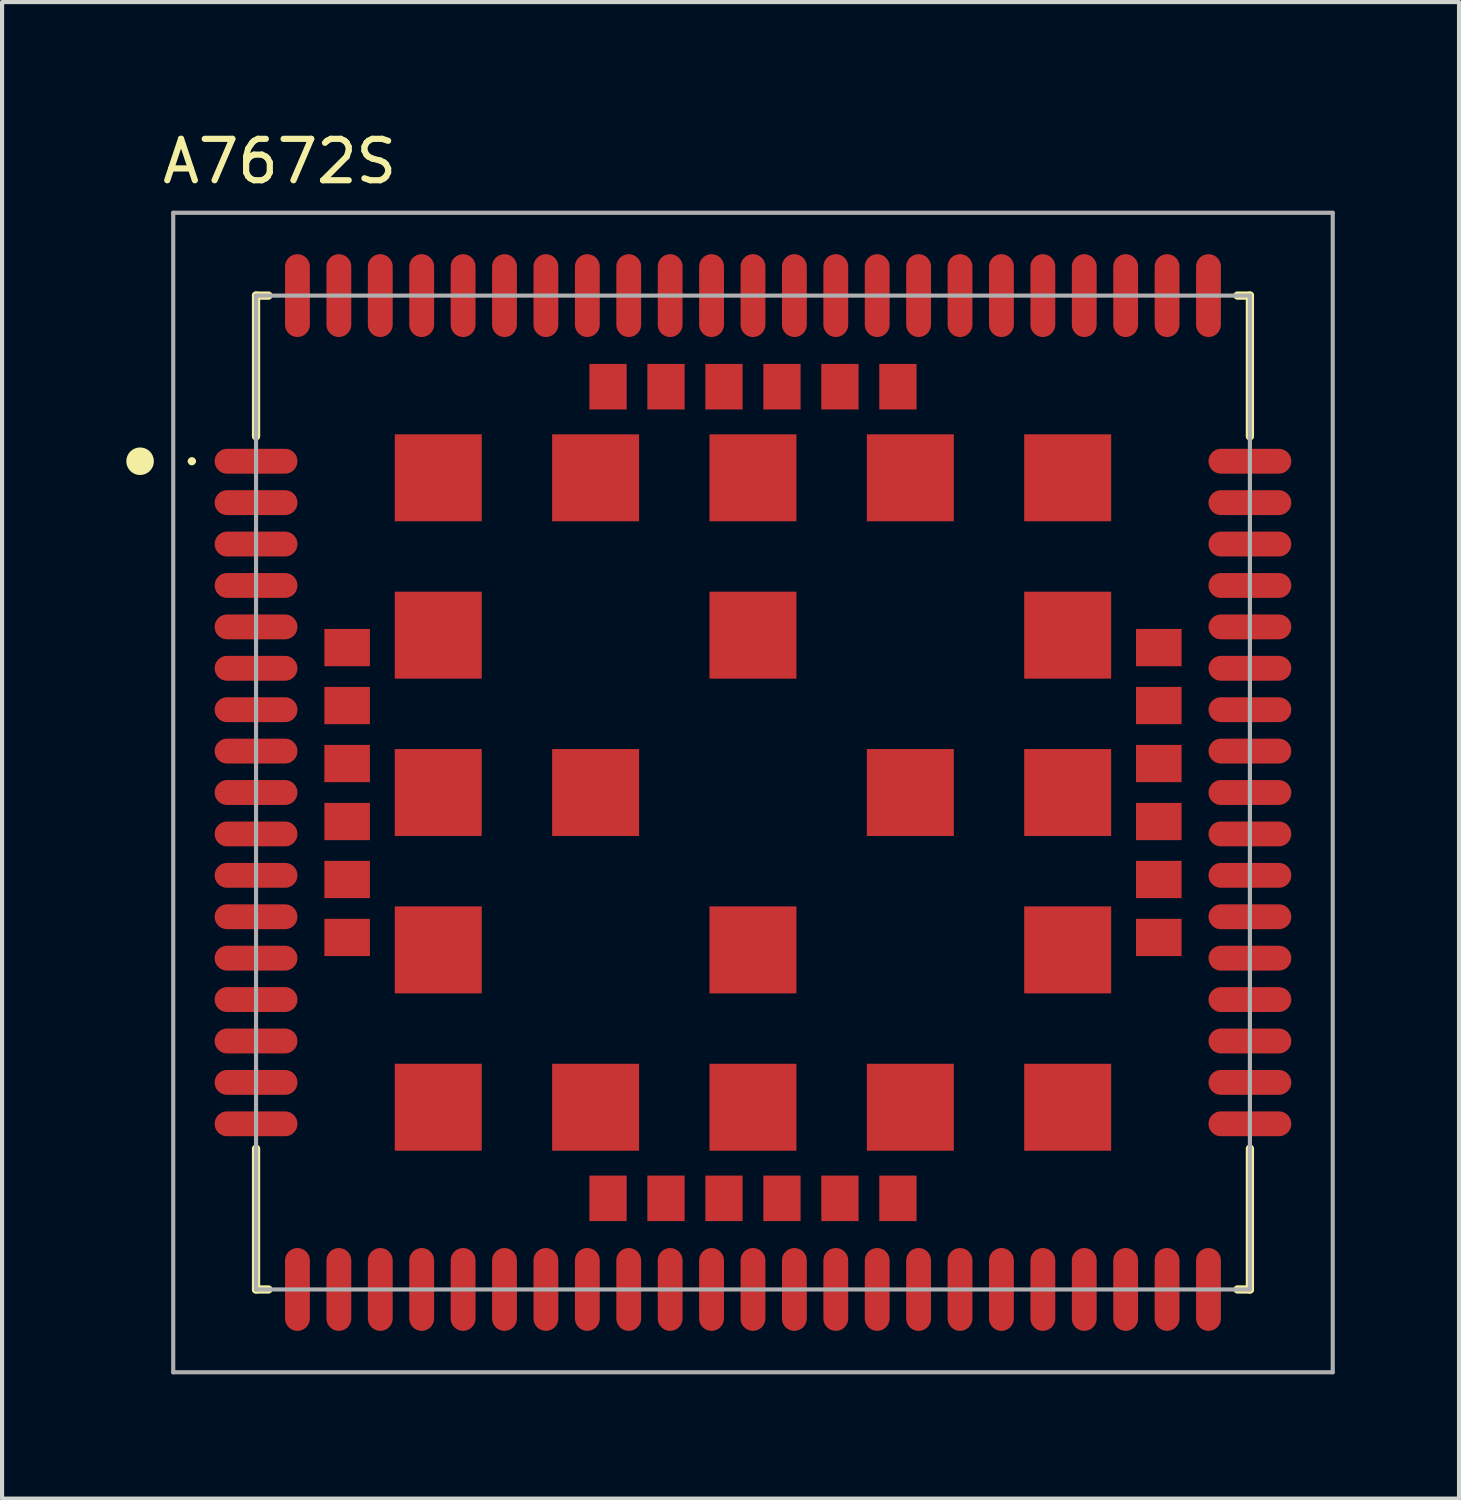
<source format=kicad_pcb>
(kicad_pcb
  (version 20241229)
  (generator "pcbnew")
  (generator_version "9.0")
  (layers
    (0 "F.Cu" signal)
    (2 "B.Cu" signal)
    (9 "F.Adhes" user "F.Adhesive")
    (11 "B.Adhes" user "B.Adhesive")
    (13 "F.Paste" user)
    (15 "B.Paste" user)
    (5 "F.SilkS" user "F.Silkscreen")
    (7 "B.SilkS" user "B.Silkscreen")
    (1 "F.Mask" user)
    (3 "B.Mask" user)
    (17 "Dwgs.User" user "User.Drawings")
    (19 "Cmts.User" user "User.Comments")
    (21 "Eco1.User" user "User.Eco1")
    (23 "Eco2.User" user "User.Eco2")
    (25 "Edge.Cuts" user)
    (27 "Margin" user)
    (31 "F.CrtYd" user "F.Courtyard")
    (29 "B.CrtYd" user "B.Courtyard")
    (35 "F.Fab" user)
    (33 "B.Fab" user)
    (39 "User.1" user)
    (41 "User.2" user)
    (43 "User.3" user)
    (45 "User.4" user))
  (footprint "A7672S"
    (layer "F.Cu")
    (at 15.133 16.088)
    (property "Reference" "A7672S" (at -11.43 -15.24 0) (layer "F.SilkS") (effects (font (size 1 1) (thickness 0.15))))
    (attr smd)
    (fp_line (start -12 -12) (end -11.7 -12) (stroke (width 0.2) (type solid)) (layer "F.SilkS"))
    (fp_line (start -12 -8.6) (end -12 -12) (stroke (width 0.2) (type solid)) (layer "F.SilkS"))
    (fp_line (start -12 12) (end -12 8.6) (stroke (width 0.2) (type solid)) (layer "F.SilkS"))
    (fp_line (start -11.7 12) (end -12 12) (stroke (width 0.2) (type solid)) (layer "F.SilkS"))
    (fp_line (start 11.7 -12) (end 12 -12) (stroke (width 0.2) (type solid)) (layer "F.SilkS"))
    (fp_line (start 12 -12) (end 12 -8.6) (stroke (width 0.2) (type solid)) (layer "F.SilkS"))
    (fp_line (start 12 8.6) (end 12 12) (stroke (width 0.2) (type solid)) (layer "F.SilkS"))
    (fp_line (start 12 12) (end 11.7 12) (stroke (width 0.2) (type solid)) (layer "F.SilkS"))
    (fp_arc (start -13.6 -8) (mid -13.55 -8.05) (end -13.5 -8) (stroke (width 0.1) (type solid)) (layer "F.SilkS"))
    (fp_arc (start -13.5 -8) (mid -13.55 -7.95) (end -13.6 -8) (stroke (width 0.1) (type solid)) (layer "F.SilkS"))
    (fp_circle (center -14.8 -8) (end -14.517 -8) (stroke (width 0.1) (type solid)) (fill yes) (layer "F.SilkS"))
    (fp_line (start -14 -14) (end 14 -14) (stroke (width 0.1) (type solid)) (layer "F.Fab"))
    (fp_line (start -14 14) (end -14 -14) (stroke (width 0.1) (type solid)) (layer "F.Fab"))
    (fp_line (start -12 -12) (end -12 12) (stroke (width 0.1) (type solid)) (layer "F.Fab"))
    (fp_line (start -12 12) (end 12 12) (stroke (width 0.1) (type solid)) (layer "F.Fab"))
    (fp_line (start 12 -12) (end -12 -12) (stroke (width 0.1) (type solid)) (layer "F.Fab"))
    (fp_line (start 12 12) (end 12 -12) (stroke (width 0.1) (type solid)) (layer "F.Fab"))
    (fp_line (start 14 -14) (end 14 14) (stroke (width 0.1) (type solid)) (layer "F.Fab"))
    (fp_line (start 14 14) (end -14 14) (stroke (width 0.1) (type solid)) (layer "F.Fab"))
    (pad "1" smd oval (at -12 -8) (size 2 0.6) (layers "F.Cu" "F.Mask" "F.Paste"))
    (pad "2" smd oval (at -12 -7) (size 2 0.6) (layers "F.Cu" "F.Mask" "F.Paste"))
    (pad "3" smd oval (at -12 -6) (size 2 0.6) (layers "F.Cu" "F.Mask" "F.Paste"))
    (pad "4" smd oval (at -12 -5) (size 2 0.6) (layers "F.Cu" "F.Mask" "F.Paste"))
    (pad "5" smd oval (at -12 -4) (size 2 0.6) (layers "F.Cu" "F.Mask" "F.Paste"))
    (pad "6" smd oval (at -12 -3) (size 2 0.6) (layers "F.Cu" "F.Mask" "F.Paste"))
    (pad "7" smd oval (at -12 -2) (size 2 0.6) (layers "F.Cu" "F.Mask" "F.Paste"))
    (pad "8" smd oval (at -12 -1) (size 2 0.6) (layers "F.Cu" "F.Mask" "F.Paste"))
    (pad "9" smd oval (at -12 0) (size 2 0.6) (layers "F.Cu" "F.Mask" "F.Paste"))
    (pad "10" smd oval (at -12 1) (size 2 0.6) (layers "F.Cu" "F.Mask" "F.Paste"))
    (pad "11" smd oval (at -12 2) (size 2 0.6) (layers "F.Cu" "F.Mask" "F.Paste"))
    (pad "12" smd oval (at -12 3) (size 2 0.6) (layers "F.Cu" "F.Mask" "F.Paste"))
    (pad "13" smd oval (at -12 4) (size 2 0.6) (layers "F.Cu" "F.Mask" "F.Paste"))
    (pad "14" smd oval (at -12 5) (size 2 0.6) (layers "F.Cu" "F.Mask" "F.Paste"))
    (pad "15" smd oval (at -12 6) (size 2 0.6) (layers "F.Cu" "F.Mask" "F.Paste"))
    (pad "16" smd oval (at -12 7) (size 2 0.6) (layers "F.Cu" "F.Mask" "F.Paste"))
    (pad "17" smd oval (at -12 8) (size 2 0.6) (layers "F.Cu" "F.Mask" "F.Paste"))
    (pad "18" smd oval (at -8 12 90) (size 2 0.6) (layers "F.Cu" "F.Mask" "F.Paste"))
    (pad "19" smd oval (at -7 12 90) (size 2 0.6) (layers "F.Cu" "F.Mask" "F.Paste"))
    (pad "20" smd oval (at -6 12 90) (size 2 0.6) (layers "F.Cu" "F.Mask" "F.Paste"))
    (pad "21" smd oval (at -5 12 90) (size 2 0.6) (layers "F.Cu" "F.Mask" "F.Paste"))
    (pad "22" smd oval (at -4 12 90) (size 2 0.6) (layers "F.Cu" "F.Mask" "F.Paste"))
    (pad "23" smd oval (at -3 12 90) (size 2 0.6) (layers "F.Cu" "F.Mask" "F.Paste"))
    (pad "24" smd oval (at -2 12 90) (size 2 0.6) (layers "F.Cu" "F.Mask" "F.Paste"))
    (pad "25" smd oval (at -1 12 90) (size 2 0.6) (layers "F.Cu" "F.Mask" "F.Paste"))
    (pad "26" smd oval (at 0 12 90) (size 2 0.6) (layers "F.Cu" "F.Mask" "F.Paste"))
    (pad "27" smd oval (at 1 12 90) (size 2 0.6) (layers "F.Cu" "F.Mask" "F.Paste"))
    (pad "28" smd oval (at 2 12 90) (size 2 0.6) (layers "F.Cu" "F.Mask" "F.Paste"))
    (pad "29" smd oval (at 3 12 90) (size 2 0.6) (layers "F.Cu" "F.Mask" "F.Paste"))
    (pad "30" smd oval (at 4 12 90) (size 2 0.6) (layers "F.Cu" "F.Mask" "F.Paste"))
    (pad "31" smd oval (at 5 12 90) (size 2 0.6) (layers "F.Cu" "F.Mask" "F.Paste"))
    (pad "32" smd oval (at 6 12 90) (size 2 0.6) (layers "F.Cu" "F.Mask" "F.Paste"))
    (pad "33" smd oval (at 7 12 90) (size 2 0.6) (layers "F.Cu" "F.Mask" "F.Paste"))
    (pad "34" smd oval (at 8 12 90) (size 2 0.6) (layers "F.Cu" "F.Mask" "F.Paste"))
    (pad "35" smd oval (at 12 8) (size 2 0.6) (layers "F.Cu" "F.Mask" "F.Paste"))
    (pad "36" smd oval (at 12 7) (size 2 0.6) (layers "F.Cu" "F.Mask" "F.Paste"))
    (pad "37" smd oval (at 12 6) (size 2 0.6) (layers "F.Cu" "F.Mask" "F.Paste"))
    (pad "38" smd oval (at 12 5) (size 2 0.6) (layers "F.Cu" "F.Mask" "F.Paste"))
    (pad "39" smd oval (at 12 4) (size 2 0.6) (layers "F.Cu" "F.Mask" "F.Paste"))
    (pad "40" smd oval (at 12 3) (size 2 0.6) (layers "F.Cu" "F.Mask" "F.Paste"))
    (pad "41" smd oval (at 12 2) (size 2 0.6) (layers "F.Cu" "F.Mask" "F.Paste"))
    (pad "42" smd oval (at 12 1) (size 2 0.6) (layers "F.Cu" "F.Mask" "F.Paste"))
    (pad "43" smd oval (at 12 0) (size 2 0.6) (layers "F.Cu" "F.Mask" "F.Paste"))
    (pad "44" smd oval (at 12 -1) (size 2 0.6) (layers "F.Cu" "F.Mask" "F.Paste"))
    (pad "45" smd oval (at 12 -2) (size 2 0.6) (layers "F.Cu" "F.Mask" "F.Paste"))
    (pad "46" smd oval (at 12 -3) (size 2 0.6) (layers "F.Cu" "F.Mask" "F.Paste"))
    (pad "47" smd oval (at 12 -4) (size 2 0.6) (layers "F.Cu" "F.Mask" "F.Paste"))
    (pad "48" smd oval (at 12 -5) (size 2 0.6) (layers "F.Cu" "F.Mask" "F.Paste"))
    (pad "49" smd oval (at 12 -6) (size 2 0.6) (layers "F.Cu" "F.Mask" "F.Paste"))
    (pad "50" smd oval (at 12 -7) (size 2 0.6) (layers "F.Cu" "F.Mask" "F.Paste"))
    (pad "51" smd oval (at 12 -8) (size 2 0.6) (layers "F.Cu" "F.Mask" "F.Paste"))
    (pad "52" smd oval (at 8 -12 90) (size 2 0.6) (layers "F.Cu" "F.Mask" "F.Paste"))
    (pad "53" smd oval (at 7 -12 90) (size 2 0.6) (layers "F.Cu" "F.Mask" "F.Paste"))
    (pad "54" smd oval (at 6 -12 90) (size 2 0.6) (layers "F.Cu" "F.Mask" "F.Paste"))
    (pad "55" smd oval (at 5 -12 90) (size 2 0.6) (layers "F.Cu" "F.Mask" "F.Paste"))
    (pad "56" smd oval (at 4 -12 90) (size 2 0.6) (layers "F.Cu" "F.Mask" "F.Paste"))
    (pad "57" smd oval (at 3 -12 90) (size 2 0.6) (layers "F.Cu" "F.Mask" "F.Paste"))
    (pad "58" smd oval (at 2 -12 90) (size 2 0.6) (layers "F.Cu" "F.Mask" "F.Paste"))
    (pad "59" smd oval (at 1 -12 90) (size 2 0.6) (layers "F.Cu" "F.Mask" "F.Paste"))
    (pad "60" smd oval (at 0 -12 90) (size 2 0.6) (layers "F.Cu" "F.Mask" "F.Paste"))
    (pad "61" smd oval (at -1 -12 90) (size 2 0.6) (layers "F.Cu" "F.Mask" "F.Paste"))
    (pad "62" smd oval (at -2 -12 90) (size 2 0.6) (layers "F.Cu" "F.Mask" "F.Paste"))
    (pad "63" smd oval (at -3 -12 90) (size 2 0.6) (layers "F.Cu" "F.Mask" "F.Paste"))
    (pad "64" smd oval (at -4 -12 90) (size 2 0.6) (layers "F.Cu" "F.Mask" "F.Paste"))
    (pad "65" smd oval (at -5 -12 90) (size 2 0.6) (layers "F.Cu" "F.Mask" "F.Paste"))
    (pad "66" smd oval (at -6 -12 90) (size 2 0.6) (layers "F.Cu" "F.Mask" "F.Paste"))
    (pad "67" smd oval (at -7 -12 90) (size 2 0.6) (layers "F.Cu" "F.Mask" "F.Paste"))
    (pad "68" smd oval (at -8 -12 90) (size 2 0.6) (layers "F.Cu" "F.Mask" "F.Paste"))
    (pad "69" smd rect (at -7.6 -7.6) (size 2.1 2.1) (layers "F.Cu" "F.Mask" "F.Paste"))
    (pad "70" smd rect (at -7.6 -3.8) (size 2.1 2.1) (layers "F.Cu" "F.Mask" "F.Paste"))
    (pad "71" smd rect (at -7.6 0) (size 2.1 2.1) (layers "F.Cu" "F.Mask" "F.Paste"))
    (pad "72" smd rect (at -7.6 3.8) (size 2.1 2.1) (layers "F.Cu" "F.Mask" "F.Paste"))
    (pad "73" smd rect (at -7.6 7.6) (size 2.1 2.1) (layers "F.Cu" "F.Mask" "F.Paste"))
    (pad "74" smd rect (at -3.8 7.6) (size 2.1 2.1) (layers "F.Cu" "F.Mask" "F.Paste"))
    (pad "75" smd rect (at 0 7.6) (size 2.1 2.1) (layers "F.Cu" "F.Mask" "F.Paste"))
    (pad "76" smd rect (at 3.8 7.6) (size 2.1 2.1) (layers "F.Cu" "F.Mask" "F.Paste"))
    (pad "77" smd rect (at 7.6 7.6) (size 2.1 2.1) (layers "F.Cu" "F.Mask" "F.Paste"))
    (pad "78" smd rect (at 7.6 3.8) (size 2.1 2.1) (layers "F.Cu" "F.Mask" "F.Paste"))
    (pad "79" smd rect (at 7.6 0) (size 2.1 2.1) (layers "F.Cu" "F.Mask" "F.Paste"))
    (pad "80" smd rect (at 7.6 -3.8) (size 2.1 2.1) (layers "F.Cu" "F.Mask" "F.Paste"))
    (pad "81" smd rect (at 7.6 -7.6) (size 2.1 2.1) (layers "F.Cu" "F.Mask" "F.Paste"))
    (pad "82" smd rect (at 3.8 -7.6) (size 2.1 2.1) (layers "F.Cu" "F.Mask" "F.Paste"))
    (pad "83" smd rect (at 0 -7.6) (size 2.1 2.1) (layers "F.Cu" "F.Mask" "F.Paste"))
    (pad "84" smd rect (at -3.8 -7.6) (size 2.1 2.1) (layers "F.Cu" "F.Mask" "F.Paste"))
    (pad "85" smd rect (at -3.8 0) (size 2.1 2.1) (layers "F.Cu" "F.Mask" "F.Paste"))
    (pad "86" smd rect (at 0 3.8) (size 2.1 2.1) (layers "F.Cu" "F.Mask" "F.Paste"))
    (pad "87" smd rect (at 3.8 0) (size 2.1 2.1) (layers "F.Cu" "F.Mask" "F.Paste"))
    (pad "88" smd rect (at 0 -3.8) (size 2.1 2.1) (layers "F.Cu" "F.Mask" "F.Paste"))
    (pad "89" smd oval (at -11 12 90) (size 2 0.6) (layers "F.Cu" "F.Mask" "F.Paste"))
    (pad "90" smd oval (at -10 12 90) (size 2 0.6) (layers "F.Cu" "F.Mask" "F.Paste"))
    (pad "91" smd oval (at -9 12 90) (size 2 0.6) (layers "F.Cu" "F.Mask" "F.Paste"))
    (pad "92" smd oval (at 9 12 90) (size 2 0.6) (layers "F.Cu" "F.Mask" "F.Paste"))
    (pad "93" smd oval (at 10 12 90) (size 2 0.6) (layers "F.Cu" "F.Mask" "F.Paste"))
    (pad "94" smd oval (at 11 12 90) (size 2 0.6) (layers "F.Cu" "F.Mask" "F.Paste"))
    (pad "95" smd oval (at 11 -12 90) (size 2 0.6) (layers "F.Cu" "F.Mask" "F.Paste"))
    (pad "96" smd oval (at 10 -12 90) (size 2 0.6) (layers "F.Cu" "F.Mask" "F.Paste"))
    (pad "97" smd oval (at 9 -12 90) (size 2 0.6) (layers "F.Cu" "F.Mask" "F.Paste"))
    (pad "98" smd oval (at -9 -12 90) (size 2 0.6) (layers "F.Cu" "F.Mask" "F.Paste"))
    (pad "99" smd oval (at -10 -12 90) (size 2 0.6) (layers "F.Cu" "F.Mask" "F.Paste"))
    (pad "100" smd oval (at -11 -12 90) (size 2 0.6) (layers "F.Cu" "F.Mask" "F.Paste"))
    (pad "101" smd rect (at -9.8 -3.5) (size 1.1 0.9) (layers "F.Cu" "F.Mask" "F.Paste"))
    (pad "102" smd rect (at -9.8 -2.1) (size 1.1 0.9) (layers "F.Cu" "F.Mask" "F.Paste"))
    (pad "103" smd rect (at -9.8 -0.7) (size 1.1 0.9) (layers "F.Cu" "F.Mask" "F.Paste"))
    (pad "104" smd rect (at -9.8 0.7) (size 1.1 0.9) (layers "F.Cu" "F.Mask" "F.Paste"))
    (pad "105" smd rect (at -9.8 2.1) (size 1.1 0.9) (layers "F.Cu" "F.Mask" "F.Paste"))
    (pad "106" smd rect (at -9.8 3.5) (size 1.1 0.9) (layers "F.Cu" "F.Mask" "F.Paste"))
    (pad "107" smd rect (at -3.5 9.8 90) (size 1.1 0.9) (layers "F.Cu" "F.Mask" "F.Paste"))
    (pad "108" smd rect (at -2.1 9.8 90) (size 1.1 0.9) (layers "F.Cu" "F.Mask" "F.Paste"))
    (pad "109" smd rect (at -0.7 9.8 90) (size 1.1 0.9) (layers "F.Cu" "F.Mask" "F.Paste"))
    (pad "110" smd rect (at 0.7 9.8 90) (size 1.1 0.9) (layers "F.Cu" "F.Mask" "F.Paste"))
    (pad "111" smd rect (at 2.1 9.8 90) (size 1.1 0.9) (layers "F.Cu" "F.Mask" "F.Paste"))
    (pad "112" smd rect (at 3.5 9.8 90) (size 1.1 0.9) (layers "F.Cu" "F.Mask" "F.Paste"))
    (pad "113" smd rect (at 9.8 3.5) (size 1.1 0.9) (layers "F.Cu" "F.Mask" "F.Paste"))
    (pad "114" smd rect (at 9.8 2.1) (size 1.1 0.9) (layers "F.Cu" "F.Mask" "F.Paste"))
    (pad "115" smd rect (at 9.8 0.7) (size 1.1 0.9) (layers "F.Cu" "F.Mask" "F.Paste"))
    (pad "116" smd rect (at 9.8 -0.7) (size 1.1 0.9) (layers "F.Cu" "F.Mask" "F.Paste"))
    (pad "117" smd rect (at 9.8 -2.1) (size 1.1 0.9) (layers "F.Cu" "F.Mask" "F.Paste"))
    (pad "118" smd rect (at 9.8 -3.5) (size 1.1 0.9) (layers "F.Cu" "F.Mask" "F.Paste"))
    (pad "119" smd rect (at 3.5 -9.8 90) (size 1.1 0.9) (layers "F.Cu" "F.Mask" "F.Paste"))
    (pad "120" smd rect (at 2.1 -9.8 90) (size 1.1 0.9) (layers "F.Cu" "F.Mask" "F.Paste"))
    (pad "121" smd rect (at 0.7 -9.8 90) (size 1.1 0.9) (layers "F.Cu" "F.Mask" "F.Paste"))
    (pad "122" smd rect (at -0.7 -9.8 90) (size 1.1 0.9) (layers "F.Cu" "F.Mask" "F.Paste"))
    (pad "123" smd rect (at -2.1 -9.8 90) (size 1.1 0.9) (layers "F.Cu" "F.Mask" "F.Paste"))
    (pad "124" smd rect (at -3.5 -9.8 90) (size 1.1 0.9) (layers "F.Cu" "F.Mask" "F.Paste")))
  (gr_rect
    (start -3 -3)
    (end 32.183 33.138)
    (stroke (width 0.1) (type default))
    (fill no)
    (layer "Edge.Cuts")))
</source>
